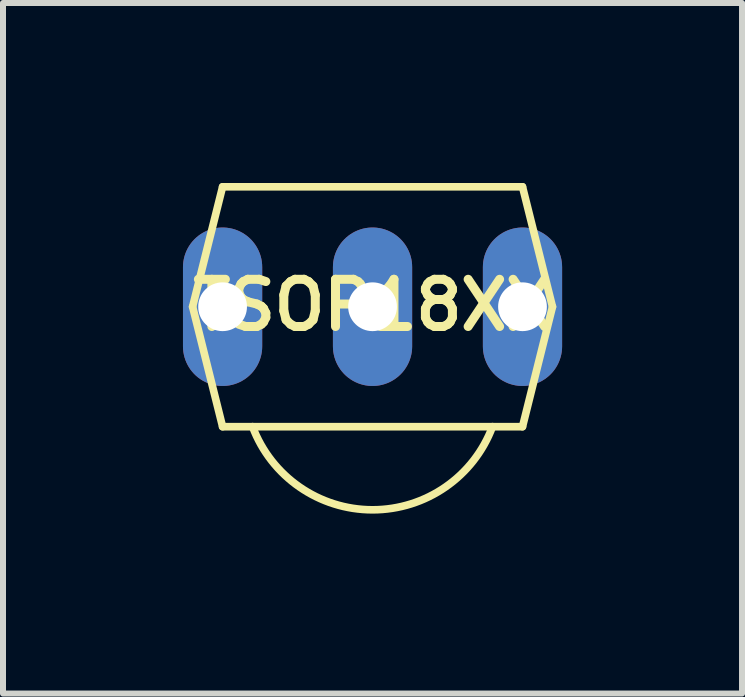
<source format=kicad_pcb>
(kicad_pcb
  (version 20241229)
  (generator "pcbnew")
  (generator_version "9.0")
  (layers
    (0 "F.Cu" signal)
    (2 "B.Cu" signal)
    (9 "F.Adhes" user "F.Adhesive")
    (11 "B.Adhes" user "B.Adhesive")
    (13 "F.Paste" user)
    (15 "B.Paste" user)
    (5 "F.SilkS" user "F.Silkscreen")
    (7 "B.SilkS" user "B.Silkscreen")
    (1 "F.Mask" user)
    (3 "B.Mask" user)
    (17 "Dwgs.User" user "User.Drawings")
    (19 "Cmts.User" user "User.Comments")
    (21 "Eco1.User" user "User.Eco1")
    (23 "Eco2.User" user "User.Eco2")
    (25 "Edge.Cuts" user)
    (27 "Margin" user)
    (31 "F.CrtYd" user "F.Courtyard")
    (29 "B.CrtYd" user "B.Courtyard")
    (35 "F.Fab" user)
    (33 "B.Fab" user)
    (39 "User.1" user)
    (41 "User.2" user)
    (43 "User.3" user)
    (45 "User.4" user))
  (footprint "TSOP18XX"
    (layer "F.Cu")
    (at 3.162 2.037)
    (property "Reference" "TSOP18XX" (at 0 0 0) (layer "F.SilkS") (effects (font (size 0.787 0.787) (thickness 0.15))))
    (attr through_hole)
    (fp_line (start -3.001 0.027) (end -2.501 -1.973) (stroke (width 0.127) (type solid)) (layer "F.SilkS"))
    (fp_line (start -2.501 -1.973) (end 2.499 -1.973) (stroke (width 0.127) (type solid)) (layer "F.SilkS"))
    (fp_line (start -2.501 2.027) (end -3.001 0.027) (stroke (width 0.127) (type solid)) (layer "F.SilkS"))
    (fp_line (start -2.001 2.027) (end -2.501 2.027) (stroke (width 0.127) (type solid)) (layer "F.SilkS"))
    (fp_line (start 1.999 2.027) (end -2.001 2.027) (stroke (width 0.127) (type solid)) (layer "F.SilkS"))
    (fp_line (start 2.499 -1.973) (end 2.999 0.027) (stroke (width 0.127) (type solid)) (layer "F.SilkS"))
    (fp_line (start 2.499 2.027) (end 1.999 2.027) (stroke (width 0.127) (type solid)) (layer "F.SilkS"))
    (fp_line (start 2.999 0.027) (end 2.499 2.027) (stroke (width 0.127) (type solid)) (layer "F.SilkS"))
    (fp_arc (start 1.9988 2.0266) (mid -0.0012 3.412602) (end -2.0012 2.0266) (stroke (width 0.127) (type solid)) (layer "F.SilkS"))
    (pad "GND" thru_hole oval (at -0.001 0.027) (size 1.321 2.642) (drill 0.813) (layers "*.Cu" "*.Mask"))
    (pad "OUT" thru_hole oval (at -2.501 0.027) (size 1.321 2.642) (drill 0.813) (layers "*.Cu" "*.Mask"))
    (pad "VCC" thru_hole oval (at 2.499 0.027) (size 1.321 2.642) (drill 0.813) (layers "*.Cu" "*.Mask")))
  (gr_rect
    (start -3 -3)
    (end 9.321 8.513)
    (stroke (width 0.1) (type default))
    (fill no)
    (layer "Edge.Cuts")))
</source>
